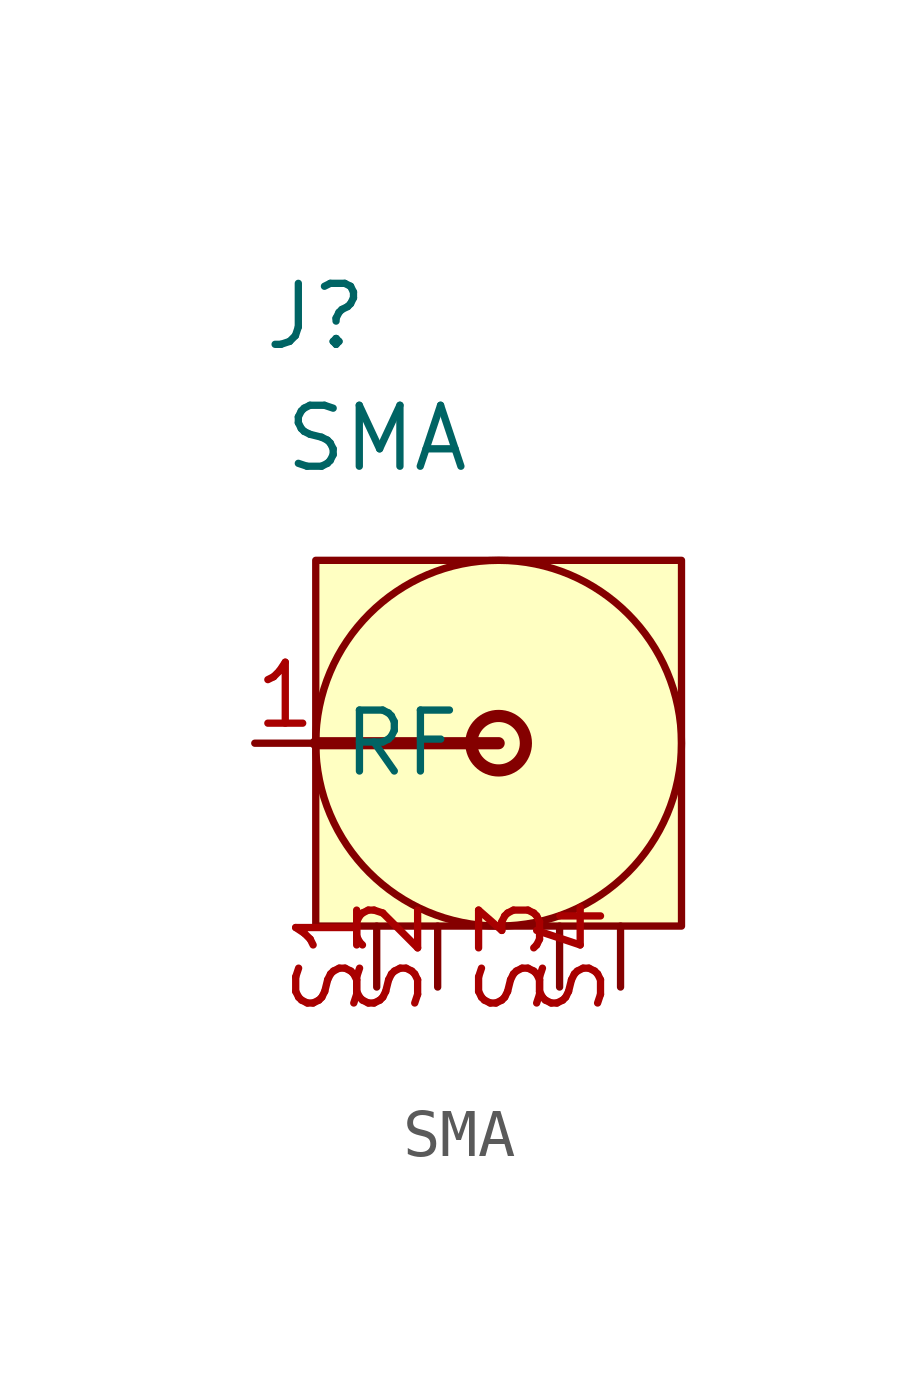
<source format=kicad_sym>
(kicad_symbol_lib
  (version 20211014)
  (generator kicad_symbol_editor)
  (symbol "SMA"
    (property "Reference" "J"
      (at 2.54 15.24 0)
      (effects (font (size 1.27 1.27))))
    (property "Value" "SMA"
      (at 3.81 12.7 0)
      (effects (font (size 1.27 1.27))))
    (symbol "SMA_0_1"
      (polyline (pts (xy 6.35 6.35) (xy 2.54 6.35)) (stroke (width 0.254) (type default) (color 0 0 0 0)) (fill (type none)))
      (rectangle (start 2.54 10.16) (end 10.16 2.54) (stroke (width 0) (type default) (color 0 0 0 0)) (fill (type background)))
      (circle (center 6.35 6.35) (radius 0.568) (stroke (width 0.254) (type default) (color 0 0 0 0)) (fill (type none)))
      (circle (center 6.35 6.35) (radius 3.81) (stroke (width 0) (type default) (color 0 0 0 0)) (fill (type none))))
    (symbol "SMA_1_1"
      (pin bidirectional line (at 1.27 6.35 0) (length 1.27) (name "RF" (effects (font (size 1.27 1.27)))) (number "1" (effects (font (size 1.27 1.27)))))
      (pin power_in line (at 3.81 1.27 90) (length 1.27) (name "" (effects (font (size 1.27 1.27)))) (number "S1" (effects (font (size 1.27 1.27)))))
      (pin power_in line (at 5.08 1.27 90) (length 1.27) (name "" (effects (font (size 1.27 1.27)))) (number "S2" (effects (font (size 1.27 1.27)))))
      (pin power_in line (at 7.62 1.27 90) (length 1.27) (name "" (effects (font (size 1.27 1.27)))) (number "S3" (effects (font (size 1.27 1.27)))))
      (pin power_in line (at 8.89 1.27 90) (length 1.27) (name "" (effects (font (size 1.27 1.27)))) (number "S4" (effects (font (size 1.27 1.27))))))))
</source>
